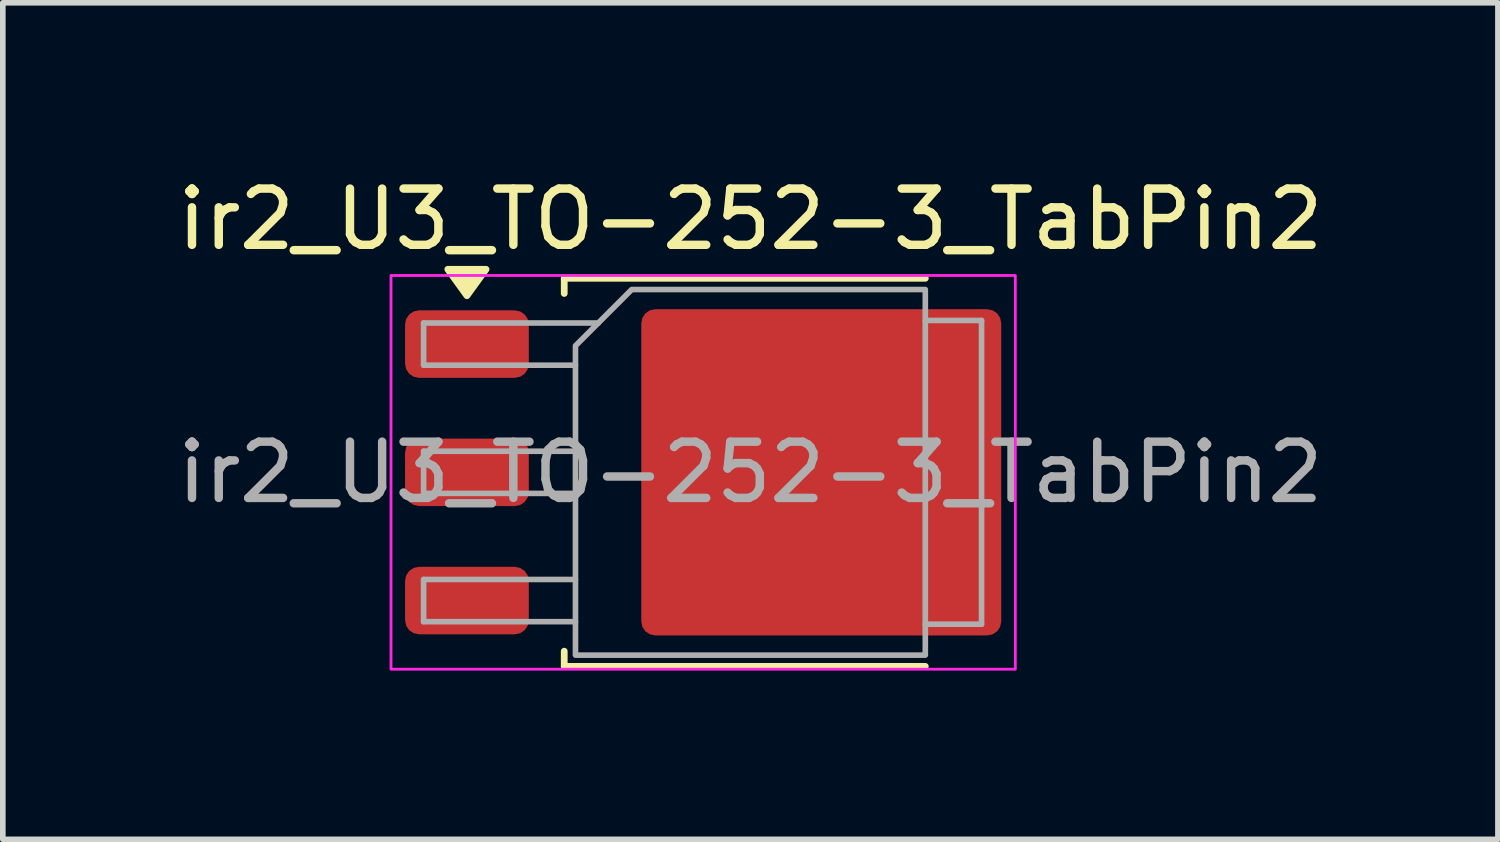
<source format=kicad_pcb>
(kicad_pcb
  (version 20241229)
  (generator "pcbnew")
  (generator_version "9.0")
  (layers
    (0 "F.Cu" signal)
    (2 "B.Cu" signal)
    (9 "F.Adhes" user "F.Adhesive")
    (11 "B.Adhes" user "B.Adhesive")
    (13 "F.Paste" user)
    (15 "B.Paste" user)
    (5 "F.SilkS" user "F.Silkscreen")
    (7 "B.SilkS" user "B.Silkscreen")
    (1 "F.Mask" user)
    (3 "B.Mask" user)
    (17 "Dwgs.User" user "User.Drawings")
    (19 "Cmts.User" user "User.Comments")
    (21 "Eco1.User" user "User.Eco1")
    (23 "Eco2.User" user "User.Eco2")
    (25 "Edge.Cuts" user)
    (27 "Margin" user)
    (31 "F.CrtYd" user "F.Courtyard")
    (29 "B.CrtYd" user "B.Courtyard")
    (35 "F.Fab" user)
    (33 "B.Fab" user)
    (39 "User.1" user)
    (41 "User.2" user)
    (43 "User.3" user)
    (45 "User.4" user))
  (footprint "ir2_U3_TO-252-3_TabPin2"
    (layer "F.Cu")
    (at 10.292 5.348)
    (property "Reference" "ir2_U3_TO-252-3_TabPin2" (at 0 -4.5 0) (layer "F.SilkS") (effects (font (size 1 1) (thickness 0.15))))
    (attr smd)
    (fp_line (start -3.31 -3.45) (end -3.31 -3.18) (stroke (width 0.12) (type solid)) (layer "F.SilkS"))
    (fp_line (start -3.31 3.45) (end -3.31 3.18) (stroke (width 0.12) (type solid)) (layer "F.SilkS"))
    (fp_line (start 3.11 -3.45) (end -3.31 -3.45) (stroke (width 0.12) (type solid)) (layer "F.SilkS"))
    (fp_line (start 3.11 3.45) (end -3.31 3.45) (stroke (width 0.12) (type solid)) (layer "F.SilkS"))
    (fp_poly (pts (xy -5.04 -3.14) (xy -5.38 -3.61) (xy -4.7 -3.61)) (stroke (width 0.12) (type solid)) (fill yes) (layer "F.SilkS"))
    (fp_rect (start -6.39 -3.5) (end 4.71 3.5) (stroke (width 0.05) (type solid)) (fill no) (layer "F.CrtYd"))
    (fp_line (start -5.81 -2.655) (end -5.81 -1.905) (stroke (width 0.1) (type solid)) (layer "F.Fab"))
    (fp_line (start -5.81 -1.905) (end -3.11 -1.905) (stroke (width 0.1) (type solid)) (layer "F.Fab"))
    (fp_line (start -5.81 -0.375) (end -5.81 0.375) (stroke (width 0.1) (type solid)) (layer "F.Fab"))
    (fp_line (start -5.81 0.375) (end -3.11 0.375) (stroke (width 0.1) (type solid)) (layer "F.Fab"))
    (fp_line (start -5.81 1.905) (end -5.81 2.655) (stroke (width 0.1) (type solid)) (layer "F.Fab"))
    (fp_line (start -5.81 2.655) (end -3.11 2.655) (stroke (width 0.1) (type solid)) (layer "F.Fab"))
    (fp_line (start -3.11 -0.375) (end -5.81 -0.375) (stroke (width 0.1) (type solid)) (layer "F.Fab"))
    (fp_line (start -3.11 1.905) (end -5.81 1.905) (stroke (width 0.1) (type solid)) (layer "F.Fab"))
    (fp_line (start -2.705 -2.655) (end -5.81 -2.655) (stroke (width 0.1) (type solid)) (layer "F.Fab"))
    (fp_line (start 3.11 -2.7) (end 4.11 -2.7) (stroke (width 0.1) (type solid)) (layer "F.Fab"))
    (fp_line (start 4.11 -2.7) (end 4.11 2.7) (stroke (width 0.1) (type solid)) (layer "F.Fab"))
    (fp_line (start 4.11 2.7) (end 3.11 2.7) (stroke (width 0.1) (type solid)) (layer "F.Fab"))
    (fp_poly (pts (xy 3.11 -3.25) (xy 3.11 3.25) (xy -3.11 3.25) (xy -3.11 -2.25) (xy -2.11 -3.25)) (stroke (width 0.1) (type solid)) (fill no) (layer "F.Fab"))
    (fp_text user "${REFERENCE}" (at 0 0 0) (layer "F.Fab") (effects (font (size 1 1) (thickness 0.15))))
    (pad "" smd roundrect (at -0.415 -1.525) (size 3.05 2.75) (layers "F.Paste") (roundrect_rratio 0.091))
    (pad "" smd roundrect (at -0.415 1.525) (size 3.05 2.75) (layers "F.Paste") (roundrect_rratio 0.091))
    (pad "" smd roundrect (at 2.935 -1.525) (size 3.05 2.75) (layers "F.Paste") (roundrect_rratio 0.091))
    (pad "" smd roundrect (at 2.935 1.525) (size 3.05 2.75) (layers "F.Paste") (roundrect_rratio 0.091))
    (pad "1" smd roundrect (at -5.04 -2.28) (size 2.2 1.2) (layers "F.Cu" "F.Mask" "F.Paste") (roundrect_rratio 0.208))
    (pad "2" smd roundrect (at -5.04 0) (size 2.2 1.2) (layers "F.Cu" "F.Mask" "F.Paste") (roundrect_rratio 0.208))
    (pad "2" smd roundrect (at 1.26 0) (size 6.4 5.8) (layers "F.Cu" "F.Mask") (roundrect_rratio 0.043))
    (pad "3" smd roundrect (at -5.04 2.28) (size 2.2 1.2) (layers "F.Cu" "F.Mask" "F.Paste") (roundrect_rratio 0.208)))
  (gr_rect
    (start -3 -3)
    (end 23.583 11.873)
    (stroke (width 0.1) (type default))
    (fill no)
    (layer "Edge.Cuts")))
</source>
